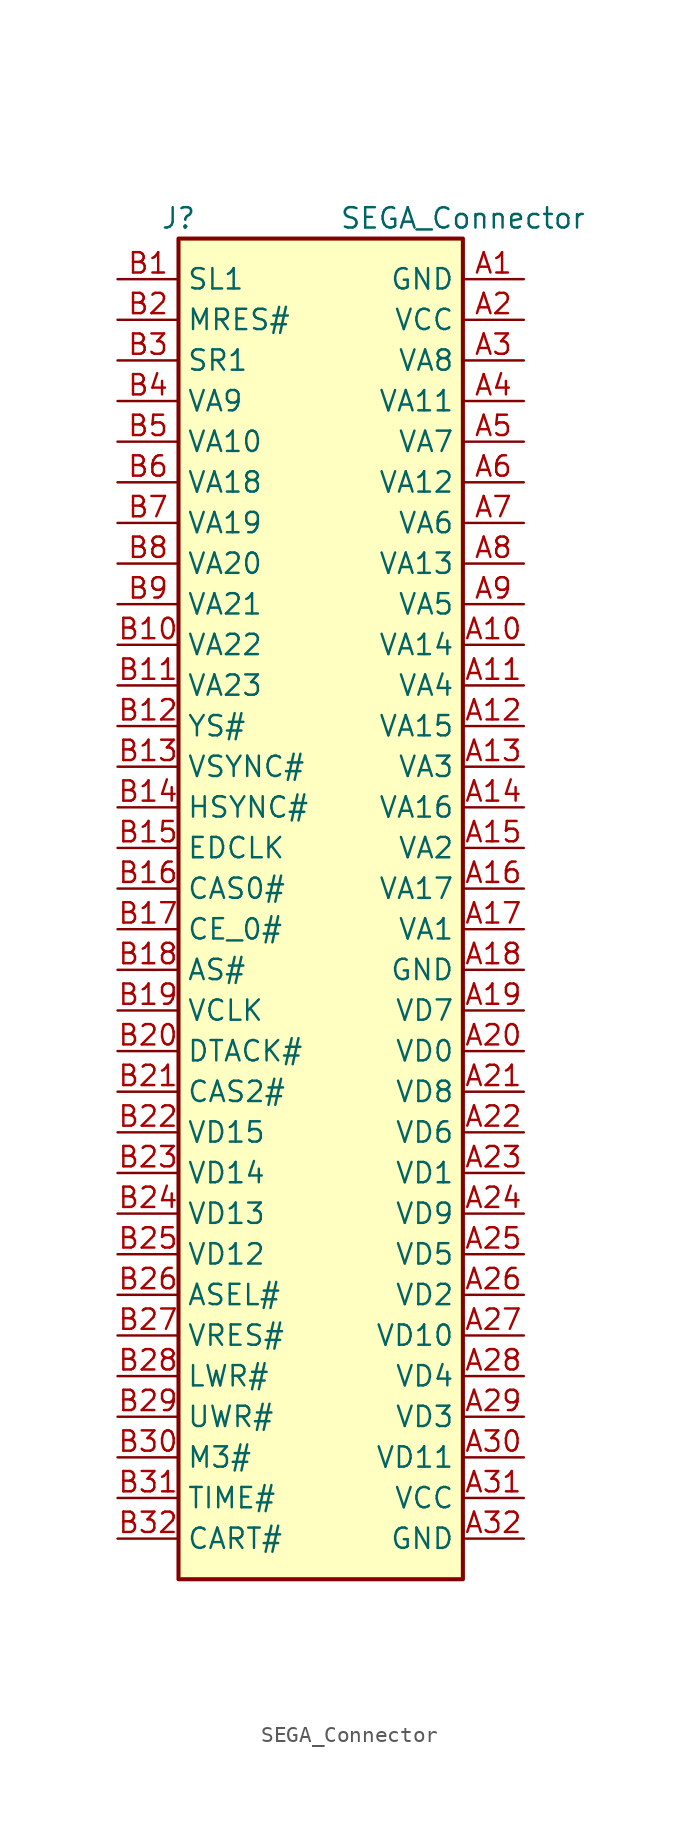
<source format=kicad_sym>
(kicad_symbol_lib
  (version 20241209)
  (generator "kicad_symbol_editor")
  (generator_version "9.0")
  (symbol "SEGA_Connector"
    (property "Reference" "J"
      (at -8.89 43.18 0)
      (effects (font (size 1.27 1.27))))
    (property "Value" "SEGA_Connector"
      (at 8.89 43.18 0)
      (effects (font (size 1.27 1.27))))
    (symbol "SEGA_Connector_0_1"
      (rectangle (start -8.89 41.91) (end 8.89 -41.91) (stroke (width 0.254) (type default)) (fill (type background))))
    (symbol "SEGA_Connector_1_1"
      (pin passive line (at -12.7 39.37 0) (length 3.81) (name "SL1" (effects (font (size 1.27 1.27)))) (number "B1" (effects (font (size 1.27 1.27)))))
      (pin passive line (at -12.7 36.83 0) (length 3.81) (name "MRES#" (effects (font (size 1.27 1.27)))) (number "B2" (effects (font (size 1.27 1.27)))))
      (pin passive line (at -12.7 34.29 0) (length 3.81) (name "SR1" (effects (font (size 1.27 1.27)))) (number "B3" (effects (font (size 1.27 1.27)))))
      (pin passive line (at -12.7 31.75 0) (length 3.81) (name "VA9" (effects (font (size 1.27 1.27)))) (number "B4" (effects (font (size 1.27 1.27)))))
      (pin passive line (at -12.7 29.21 0) (length 3.81) (name "VA10" (effects (font (size 1.27 1.27)))) (number "B5" (effects (font (size 1.27 1.27)))))
      (pin passive line (at -12.7 26.67 0) (length 3.81) (name "VA18" (effects (font (size 1.27 1.27)))) (number "B6" (effects (font (size 1.27 1.27)))))
      (pin passive line (at -12.7 24.13 0) (length 3.81) (name "VA19" (effects (font (size 1.27 1.27)))) (number "B7" (effects (font (size 1.27 1.27)))))
      (pin passive line (at -12.7 21.59 0) (length 3.81) (name "VA20" (effects (font (size 1.27 1.27)))) (number "B8" (effects (font (size 1.27 1.27)))))
      (pin passive line (at -12.7 19.05 0) (length 3.81) (name "VA21" (effects (font (size 1.27 1.27)))) (number "B9" (effects (font (size 1.27 1.27)))))
      (pin passive line (at -12.7 16.51 0) (length 3.81) (name "VA22" (effects (font (size 1.27 1.27)))) (number "B10" (effects (font (size 1.27 1.27)))))
      (pin passive line (at -12.7 13.97 0) (length 3.81) (name "VA23" (effects (font (size 1.27 1.27)))) (number "B11" (effects (font (size 1.27 1.27)))))
      (pin passive line (at -12.7 11.43 0) (length 3.81) (name "YS#" (effects (font (size 1.27 1.27)))) (number "B12" (effects (font (size 1.27 1.27)))))
      (pin passive line (at -12.7 8.89 0) (length 3.81) (name "VSYNC#" (effects (font (size 1.27 1.27)))) (number "B13" (effects (font (size 1.27 1.27)))))
      (pin passive line (at -12.7 6.35 0) (length 3.81) (name "HSYNC#" (effects (font (size 1.27 1.27)))) (number "B14" (effects (font (size 1.27 1.27)))))
      (pin passive line (at -12.7 3.81 0) (length 3.81) (name "EDCLK" (effects (font (size 1.27 1.27)))) (number "B15" (effects (font (size 1.27 1.27)))))
      (pin passive line (at -12.7 1.27 0) (length 3.81) (name "CAS0#" (effects (font (size 1.27 1.27)))) (number "B16" (effects (font (size 1.27 1.27)))))
      (pin passive line (at -12.7 -1.27 0) (length 3.81) (name "CE_0#" (effects (font (size 1.27 1.27)))) (number "B17" (effects (font (size 1.27 1.27)))))
      (pin passive line (at -12.7 -3.81 0) (length 3.81) (name "AS#" (effects (font (size 1.27 1.27)))) (number "B18" (effects (font (size 1.27 1.27)))))
      (pin passive line (at -12.7 -6.35 0) (length 3.81) (name "VCLK" (effects (font (size 1.27 1.27)))) (number "B19" (effects (font (size 1.27 1.27)))))
      (pin passive line (at -12.7 -8.89 0) (length 3.81) (name "DTACK#" (effects (font (size 1.27 1.27)))) (number "B20" (effects (font (size 1.27 1.27)))))
      (pin passive line (at -12.7 -11.43 0) (length 3.81) (name "CAS2#" (effects (font (size 1.27 1.27)))) (number "B21" (effects (font (size 1.27 1.27)))))
      (pin passive line (at -12.7 -13.97 0) (length 3.81) (name "VD15" (effects (font (size 1.27 1.27)))) (number "B22" (effects (font (size 1.27 1.27)))))
      (pin passive line (at -12.7 -16.51 0) (length 3.81) (name "VD14" (effects (font (size 1.27 1.27)))) (number "B23" (effects (font (size 1.27 1.27)))))
      (pin passive line (at -12.7 -19.05 0) (length 3.81) (name "VD13" (effects (font (size 1.27 1.27)))) (number "B24" (effects (font (size 1.27 1.27)))))
      (pin passive line (at -12.7 -21.59 0) (length 3.81) (name "VD12" (effects (font (size 1.27 1.27)))) (number "B25" (effects (font (size 1.27 1.27)))))
      (pin passive line (at -12.7 -24.13 0) (length 3.81) (name "ASEL#" (effects (font (size 1.27 1.27)))) (number "B26" (effects (font (size 1.27 1.27)))))
      (pin passive line (at -12.7 -26.67 0) (length 3.81) (name "VRES#" (effects (font (size 1.27 1.27)))) (number "B27" (effects (font (size 1.27 1.27)))))
      (pin passive line (at -12.7 -29.21 0) (length 3.81) (name "LWR#" (effects (font (size 1.27 1.27)))) (number "B28" (effects (font (size 1.27 1.27)))))
      (pin passive line (at -12.7 -31.75 0) (length 3.81) (name "UWR#" (effects (font (size 1.27 1.27)))) (number "B29" (effects (font (size 1.27 1.27)))))
      (pin passive line (at -12.7 -34.29 0) (length 3.81) (name "M3#" (effects (font (size 1.27 1.27)))) (number "B30" (effects (font (size 1.27 1.27)))))
      (pin passive line (at -12.7 -36.83 0) (length 3.81) (name "TIME#" (effects (font (size 1.27 1.27)))) (number "B31" (effects (font (size 1.27 1.27)))))
      (pin passive line (at -12.7 -39.37 0) (length 3.81) (name "CART#" (effects (font (size 1.27 1.27)))) (number "B32" (effects (font (size 1.27 1.27)))))
      (pin passive line (at 12.7 39.37 180) (length 3.81) (name "GND" (effects (font (size 1.27 1.27)))) (number "A1" (effects (font (size 1.27 1.27)))))
      (pin power_in line (at 12.7 36.83 180) (length 3.81) (name "VCC" (effects (font (size 1.27 1.27)))) (number "A2" (effects (font (size 1.27 1.27)))))
      (pin passive line (at 12.7 34.29 180) (length 3.81) (name "VA8" (effects (font (size 1.27 1.27)))) (number "A3" (effects (font (size 1.27 1.27)))))
      (pin passive line (at 12.7 31.75 180) (length 3.81) (name "VA11" (effects (font (size 1.27 1.27)))) (number "A4" (effects (font (size 1.27 1.27)))))
      (pin passive line (at 12.7 29.21 180) (length 3.81) (name "VA7" (effects (font (size 1.27 1.27)))) (number "A5" (effects (font (size 1.27 1.27)))))
      (pin passive line (at 12.7 26.67 180) (length 3.81) (name "VA12" (effects (font (size 1.27 1.27)))) (number "A6" (effects (font (size 1.27 1.27)))))
      (pin passive line (at 12.7 24.13 180) (length 3.81) (name "VA6" (effects (font (size 1.27 1.27)))) (number "A7" (effects (font (size 1.27 1.27)))))
      (pin passive line (at 12.7 21.59 180) (length 3.81) (name "VA13" (effects (font (size 1.27 1.27)))) (number "A8" (effects (font (size 1.27 1.27)))))
      (pin passive line (at 12.7 19.05 180) (length 3.81) (name "VA5" (effects (font (size 1.27 1.27)))) (number "A9" (effects (font (size 1.27 1.27)))))
      (pin passive line (at 12.7 16.51 180) (length 3.81) (name "VA14" (effects (font (size 1.27 1.27)))) (number "A10" (effects (font (size 1.27 1.27)))))
      (pin passive line (at 12.7 13.97 180) (length 3.81) (name "VA4" (effects (font (size 1.27 1.27)))) (number "A11" (effects (font (size 1.27 1.27)))))
      (pin passive line (at 12.7 11.43 180) (length 3.81) (name "VA15" (effects (font (size 1.27 1.27)))) (number "A12" (effects (font (size 1.27 1.27)))))
      (pin passive line (at 12.7 8.89 180) (length 3.81) (name "VA3" (effects (font (size 1.27 1.27)))) (number "A13" (effects (font (size 1.27 1.27)))))
      (pin passive line (at 12.7 6.35 180) (length 3.81) (name "VA16" (effects (font (size 1.27 1.27)))) (number "A14" (effects (font (size 1.27 1.27)))))
      (pin passive line (at 12.7 3.81 180) (length 3.81) (name "VA2" (effects (font (size 1.27 1.27)))) (number "A15" (effects (font (size 1.27 1.27)))))
      (pin passive line (at 12.7 1.27 180) (length 3.81) (name "VA17" (effects (font (size 1.27 1.27)))) (number "A16" (effects (font (size 1.27 1.27)))))
      (pin passive line (at 12.7 -1.27 180) (length 3.81) (name "VA1" (effects (font (size 1.27 1.27)))) (number "A17" (effects (font (size 1.27 1.27)))))
      (pin passive line (at 12.7 -3.81 180) (length 3.81) (name "GND" (effects (font (size 1.27 1.27)))) (number "A18" (effects (font (size 1.27 1.27)))))
      (pin passive line (at 12.7 -6.35 180) (length 3.81) (name "VD7" (effects (font (size 1.27 1.27)))) (number "A19" (effects (font (size 1.27 1.27)))))
      (pin passive line (at 12.7 -8.89 180) (length 3.81) (name "VD0" (effects (font (size 1.27 1.27)))) (number "A20" (effects (font (size 1.27 1.27)))))
      (pin passive line (at 12.7 -11.43 180) (length 3.81) (name "VD8" (effects (font (size 1.27 1.27)))) (number "A21" (effects (font (size 1.27 1.27)))))
      (pin passive line (at 12.7 -13.97 180) (length 3.81) (name "VD6" (effects (font (size 1.27 1.27)))) (number "A22" (effects (font (size 1.27 1.27)))))
      (pin passive line (at 12.7 -16.51 180) (length 3.81) (name "VD1" (effects (font (size 1.27 1.27)))) (number "A23" (effects (font (size 1.27 1.27)))))
      (pin passive line (at 12.7 -19.05 180) (length 3.81) (name "VD9" (effects (font (size 1.27 1.27)))) (number "A24" (effects (font (size 1.27 1.27)))))
      (pin passive line (at 12.7 -21.59 180) (length 3.81) (name "VD5" (effects (font (size 1.27 1.27)))) (number "A25" (effects (font (size 1.27 1.27)))))
      (pin passive line (at 12.7 -24.13 180) (length 3.81) (name "VD2" (effects (font (size 1.27 1.27)))) (number "A26" (effects (font (size 1.27 1.27)))))
      (pin passive line (at 12.7 -26.67 180) (length 3.81) (name "VD10" (effects (font (size 1.27 1.27)))) (number "A27" (effects (font (size 1.27 1.27)))))
      (pin passive line (at 12.7 -29.21 180) (length 3.81) (name "VD4" (effects (font (size 1.27 1.27)))) (number "A28" (effects (font (size 1.27 1.27)))))
      (pin passive line (at 12.7 -31.75 180) (length 3.81) (name "VD3" (effects (font (size 1.27 1.27)))) (number "A29" (effects (font (size 1.27 1.27)))))
      (pin passive line (at 12.7 -34.29 180) (length 3.81) (name "VD11" (effects (font (size 1.27 1.27)))) (number "A30" (effects (font (size 1.27 1.27)))))
      (pin power_in line (at 12.7 -36.83 180) (length 3.81) (name "VCC" (effects (font (size 1.27 1.27)))) (number "A31" (effects (font (size 1.27 1.27)))))
      (pin passive line (at 12.7 -39.37 180) (length 3.81) (name "GND" (effects (font (size 1.27 1.27)))) (number "A32" (effects (font (size 1.27 1.27))))))))
</source>
